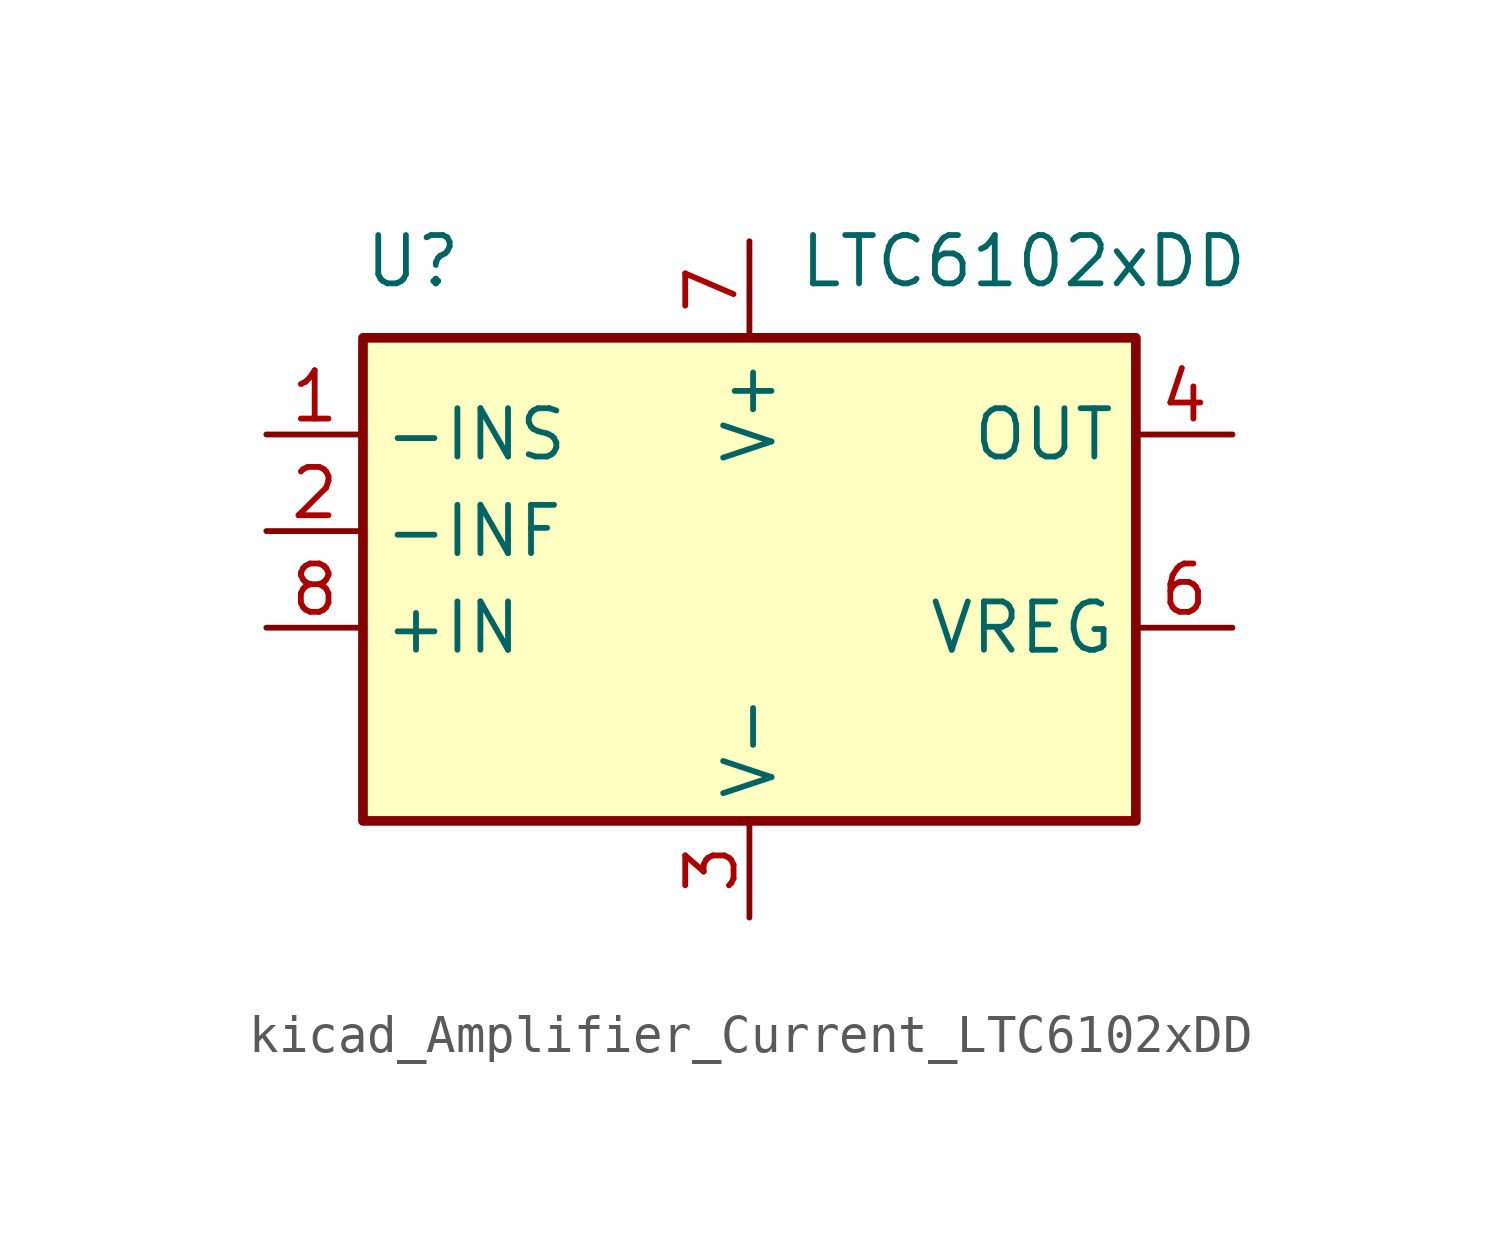
<source format=kicad_sym>
(kicad_symbol_lib
  (version 20220914)
  (generator kicad_symbol_editor)
  (symbol "kicad_Amplifier_Current_LTC6102xDD"
    (property "Reference" "U"
      (at -10.16 8.89 0)
      (effects (font (size 1.27 1.27)) (justify left bottom)))
    (property "Value" "LTC6102xDD"
      (at 1.27 8.89 0)
      (effects (font (size 1.27 1.27)) (justify left bottom)))
    (symbol "kicad_Amplifier_Current_LTC6102xDD_0_1"
      (rectangle (start -10.16 7.62) (end 10.16 -5.08) (stroke (width 0.254) (type default)) (fill (type background))))
    (symbol "kicad_Amplifier_Current_LTC6102xDD_1_1"
      (pin input line (at -12.7 5.08 0) (length 2.54) (name "-INS" (effects (font (size 1.27 1.27)))) (number "1" (effects (font (size 1.27 1.27)))))
      (pin input line (at -12.7 2.54 0) (length 2.54) (name "-INF" (effects (font (size 1.27 1.27)))) (number "2" (effects (font (size 1.27 1.27)))))
      (pin power_in line (at 0 -7.62 90) (length 2.54) (name "V-" (effects (font (size 1.27 1.27)))) (number "3" (effects (font (size 1.27 1.27)))))
      (pin output line (at 12.7 5.08 180) (length 2.54) (name "OUT" (effects (font (size 1.27 1.27)))) (number "4" (effects (font (size 1.27 1.27)))))
      (pin passive line (at 0 -7.62 90) (length 2.54) hide (name "V-" (effects (font (size 1.27 1.27)))) (number "5" (effects (font (size 1.27 1.27)))))
      (pin output line (at 12.7 0 180) (length 2.54) (name "VREG" (effects (font (size 1.27 1.27)))) (number "6" (effects (font (size 1.27 1.27)))))
      (pin power_in line (at 0 10.16 270) (length 2.54) (name "V+" (effects (font (size 1.27 1.27)))) (number "7" (effects (font (size 1.27 1.27)))))
      (pin input line (at -12.7 0 0) (length 2.54) (name "+IN" (effects (font (size 1.27 1.27)))) (number "8" (effects (font (size 1.27 1.27)))))
      (pin passive line (at 0 -7.62 90) (length 2.54) hide (name "V-" (effects (font (size 1.27 1.27)))) (number "9" (effects (font (size 1.27 1.27))))))))
</source>
